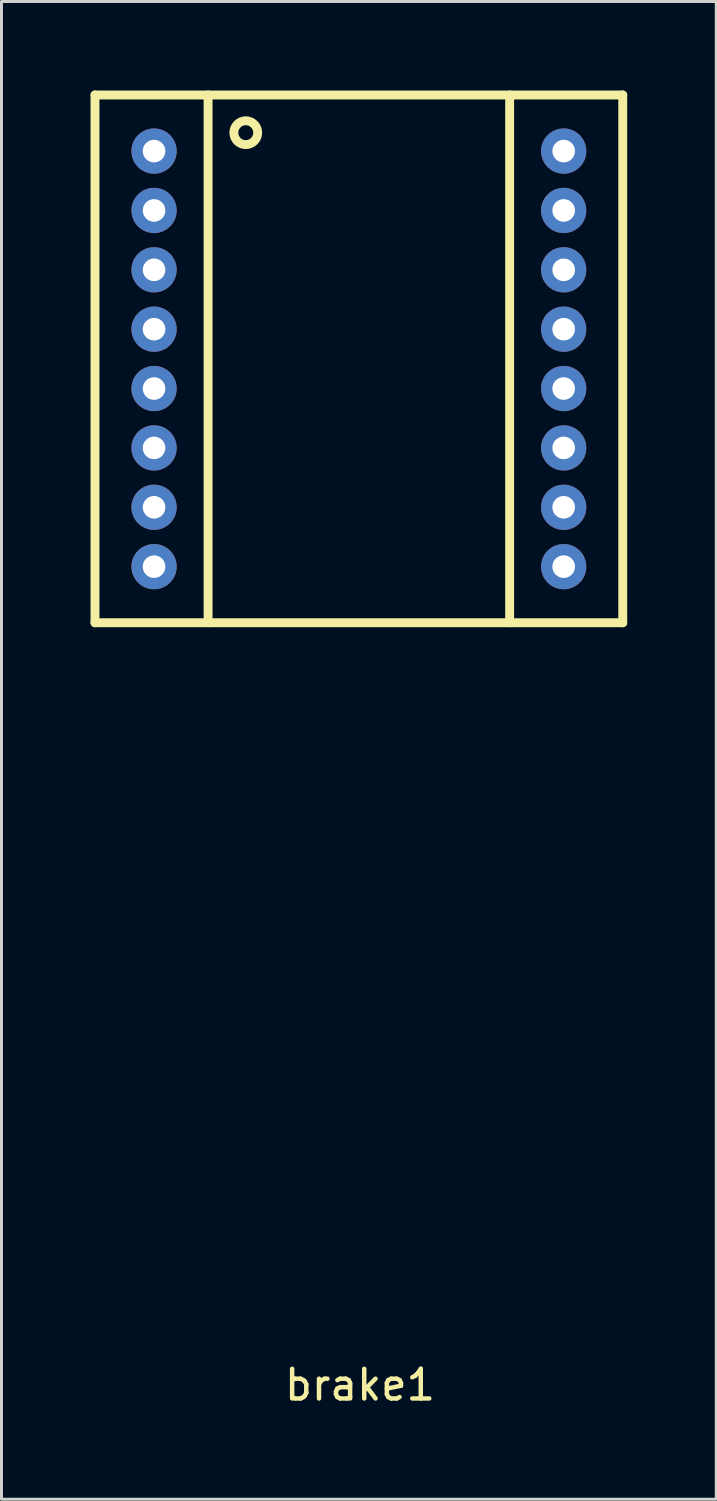
<source format=kicad_pcb>
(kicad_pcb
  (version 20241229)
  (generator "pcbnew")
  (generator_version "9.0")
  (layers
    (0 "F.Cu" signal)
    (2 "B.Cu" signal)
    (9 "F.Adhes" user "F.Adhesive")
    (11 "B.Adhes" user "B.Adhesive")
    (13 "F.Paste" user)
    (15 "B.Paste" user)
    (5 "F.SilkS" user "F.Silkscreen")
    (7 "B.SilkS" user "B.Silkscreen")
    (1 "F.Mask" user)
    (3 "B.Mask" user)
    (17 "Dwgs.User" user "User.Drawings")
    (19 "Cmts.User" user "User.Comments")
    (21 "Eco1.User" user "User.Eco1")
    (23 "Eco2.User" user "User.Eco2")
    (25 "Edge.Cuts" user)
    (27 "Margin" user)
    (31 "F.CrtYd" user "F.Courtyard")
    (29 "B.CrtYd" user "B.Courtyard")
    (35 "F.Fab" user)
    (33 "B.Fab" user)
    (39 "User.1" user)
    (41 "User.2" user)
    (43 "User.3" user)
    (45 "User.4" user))
  (footprint "brake1"
    (layer "F.Cu")
    (at 9.04 9.04)
    (property "Reference" "brake1" (at 0.038 34.569 0) (layer "F.SilkS") (effects (font (size 1 1) (thickness 0.15))))
    (attr through_hole)
    (fp_line (start -8.89 -8.89) (end 8.89 -8.89) (stroke (width 0.3) (type solid)) (layer "F.SilkS"))
    (fp_line (start -8.89 8.89) (end -8.89 -8.89) (stroke (width 0.3) (type solid)) (layer "F.SilkS"))
    (fp_line (start -5.08 -8.89) (end -5.08 8.89) (stroke (width 0.3) (type solid)) (layer "F.SilkS"))
    (fp_line (start 5.08 -8.89) (end 5.08 8.89) (stroke (width 0.3) (type solid)) (layer "F.SilkS"))
    (fp_line (start 8.89 -8.89) (end 8.89 8.89) (stroke (width 0.3) (type solid)) (layer "F.SilkS"))
    (fp_line (start 8.89 8.89) (end -8.89 8.89) (stroke (width 0.3) (type solid)) (layer "F.SilkS"))
    (fp_circle (center -3.81 -7.62) (end -3.683 -7.239) (stroke (width 0.3) (type solid)) (fill no) (layer "F.SilkS"))
    (pad "1" thru_hole circle (at -6.9 -7) (size 1.524 1.524) (drill 0.762) (layers "*.Cu" "*.Mask"))
    (pad "2" thru_hole circle (at -6.9 -5) (size 1.524 1.524) (drill 0.762) (layers "*.Cu" "*.Mask"))
    (pad "3" thru_hole circle (at -6.9 -3) (size 1.524 1.524) (drill 0.762) (layers "*.Cu" "*.Mask"))
    (pad "4" thru_hole circle (at -6.9 -1) (size 1.524 1.524) (drill 0.762) (layers "*.Cu" "*.Mask"))
    (pad "5" thru_hole circle (at -6.9 1) (size 1.524 1.524) (drill 0.762) (layers "*.Cu" "*.Mask"))
    (pad "6" thru_hole circle (at -6.9 3) (size 1.524 1.524) (drill 0.762) (layers "*.Cu" "*.Mask"))
    (pad "7" thru_hole circle (at -6.9 5) (size 1.524 1.524) (drill 0.762) (layers "*.Cu" "*.Mask"))
    (pad "8" thru_hole circle (at -6.9 7) (size 1.524 1.524) (drill 0.762) (layers "*.Cu" "*.Mask"))
    (pad "9" thru_hole circle (at 6.9 7) (size 1.524 1.524) (drill 0.762) (layers "*.Cu" "*.Mask"))
    (pad "10" thru_hole circle (at 6.9 5) (size 1.524 1.524) (drill 0.762) (layers "*.Cu" "*.Mask"))
    (pad "11" thru_hole circle (at 6.9 3) (size 1.524 1.524) (drill 0.762) (layers "*.Cu" "*.Mask"))
    (pad "12" thru_hole circle (at 6.9 1) (size 1.524 1.524) (drill 0.762) (layers "*.Cu" "*.Mask"))
    (pad "13" thru_hole circle (at 6.9 -1) (size 1.524 1.524) (drill 0.762) (layers "*.Cu" "*.Mask"))
    (pad "14" thru_hole circle (at 6.9 -3) (size 1.524 1.524) (drill 0.762) (layers "*.Cu" "*.Mask"))
    (pad "15" thru_hole circle (at 6.9 -5) (size 1.524 1.524) (drill 0.762) (layers "*.Cu" "*.Mask"))
    (pad "16" thru_hole circle (at 6.9 -7) (size 1.524 1.524) (drill 0.762) (layers "*.Cu" "*.Mask")))
  (gr_rect
    (start -3 -3)
    (end 21.08 47.458)
    (stroke (width 0.1) (type default))
    (fill no)
    (layer "Edge.Cuts")))
</source>
